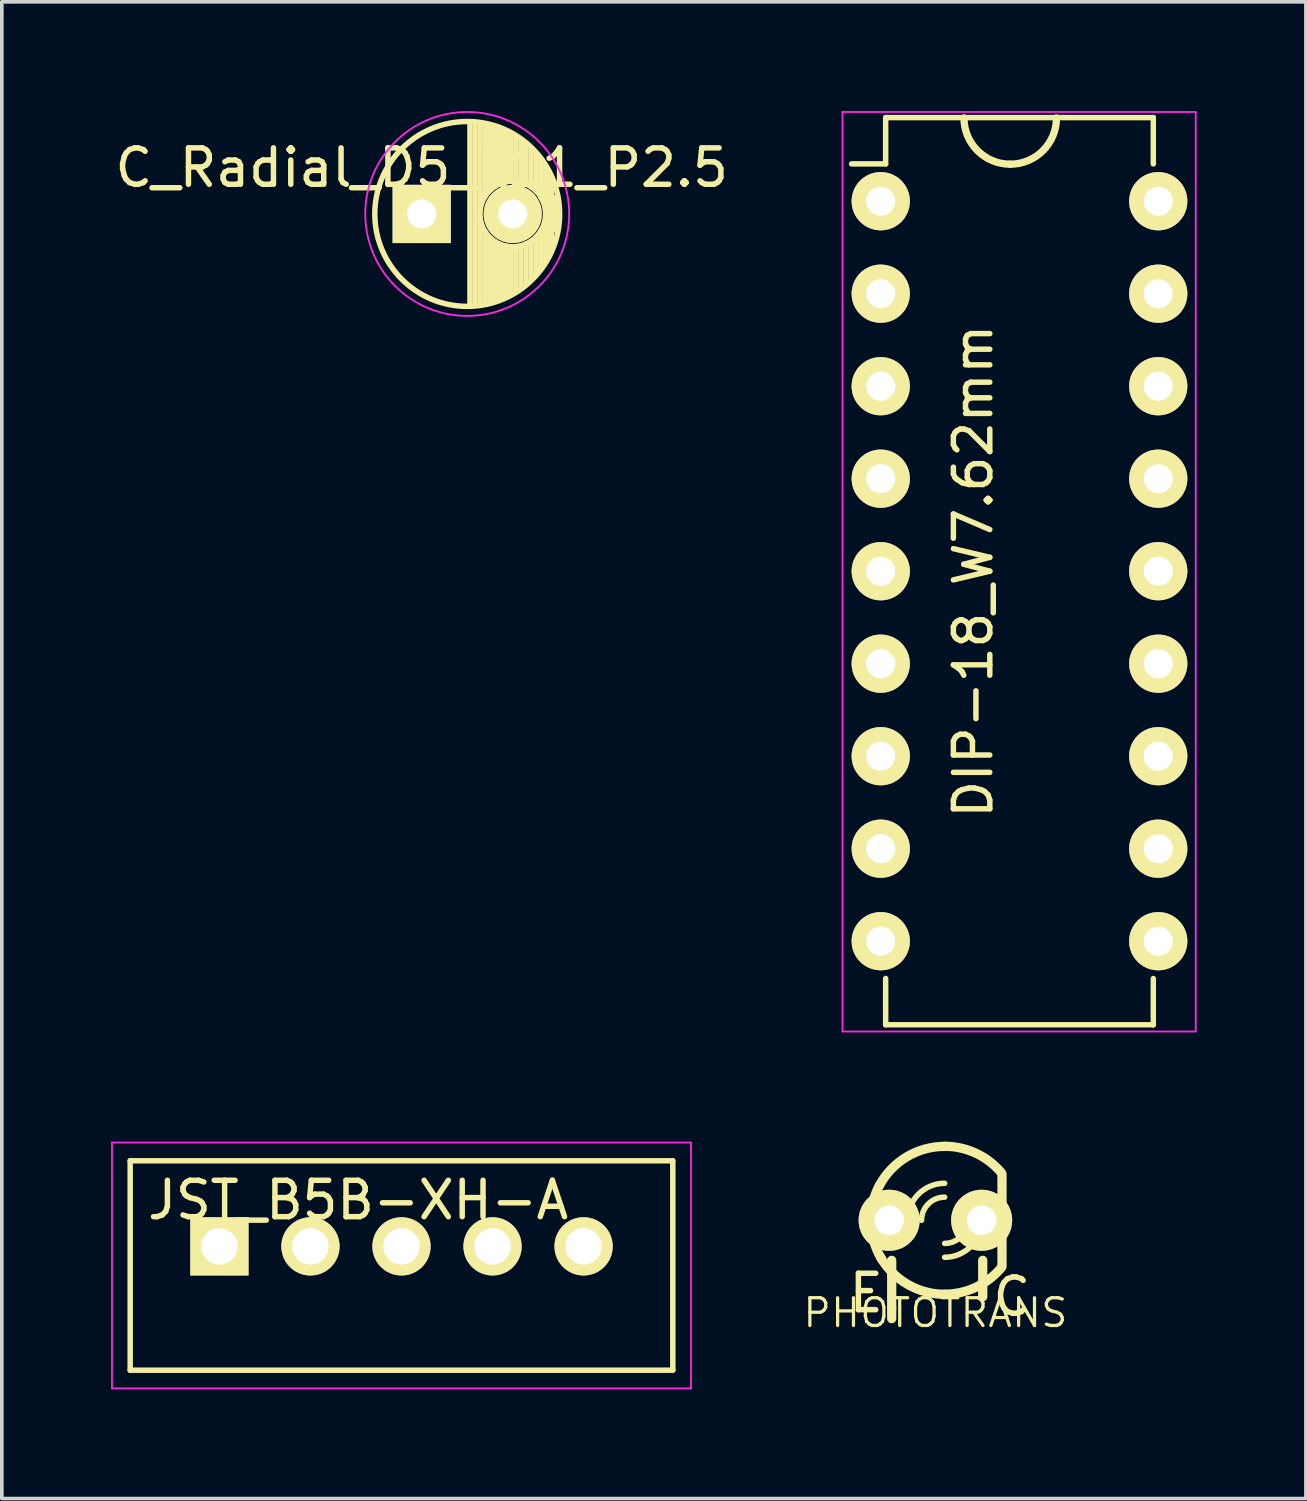
<source format=kicad_pcb>
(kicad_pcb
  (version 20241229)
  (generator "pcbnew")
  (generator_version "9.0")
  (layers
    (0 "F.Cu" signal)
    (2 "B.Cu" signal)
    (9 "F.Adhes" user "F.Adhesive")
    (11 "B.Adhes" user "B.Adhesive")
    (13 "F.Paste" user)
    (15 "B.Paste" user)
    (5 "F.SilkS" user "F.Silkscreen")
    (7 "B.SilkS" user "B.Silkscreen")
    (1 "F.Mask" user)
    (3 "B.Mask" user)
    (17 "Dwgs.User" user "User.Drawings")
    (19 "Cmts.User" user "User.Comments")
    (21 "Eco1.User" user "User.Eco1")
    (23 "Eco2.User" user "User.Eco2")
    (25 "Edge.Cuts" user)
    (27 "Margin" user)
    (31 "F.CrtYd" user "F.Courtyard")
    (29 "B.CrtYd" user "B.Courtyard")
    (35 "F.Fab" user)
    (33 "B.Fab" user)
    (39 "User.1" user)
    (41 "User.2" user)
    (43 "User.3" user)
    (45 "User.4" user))
  (footprint "PHOTOTRANS"
    (layer "F.Cu")
    (at 22.636 30.459)
    (property "Reference" "PHOTOTRANS" (at 0 2.54 180) (layer "F.SilkS") (effects (font (size 0.762 0.762) (thickness 0.089))))
    (attr through_hole)
    (fp_line (start -1.2 1.1) (end -1.2 2.4) (stroke (width 0.254) (type solid)) (layer "F.SilkS"))
    (fp_line (start -1.2 2.4) (end -1.2 2.7) (stroke (width 0.254) (type solid)) (layer "F.SilkS"))
    (fp_line (start 1.3 1.1) (end 1.3 2.1) (stroke (width 0.254) (type solid)) (layer "F.SilkS"))
    (fp_line (start 1.829 1.27) (end 1.829 -1.27) (stroke (width 0.254) (type solid)) (layer "F.SilkS"))
    (fp_arc (start -1.778 0) (mid -1.716347 -0.496745) (end -1.53513 -0.963347) (stroke (width 0.254) (type solid)) (layer "F.SilkS"))
    (fp_arc (start -1.5367 -0.95504) (mid -0.790567 -1.739997) (end 0.253025 -2.02946) (stroke (width 0.254) (type solid)) (layer "F.SilkS"))
    (fp_arc (start -1.47574 1.06426) (mid -1.700164 0.553076) (end -1.776923 0.0001) (stroke (width 0.254) (type solid)) (layer "F.SilkS"))
    (fp_arc (start -0.762 0) (mid -0.46442 -0.71842) (end 0.254 -1.016) (stroke (width 0.1524) (type solid)) (layer "F.SilkS"))
    (fp_arc (start -0.381 0) (mid -0.195013 -0.449013) (end 0.254 -0.635) (stroke (width 0.1524) (type solid)) (layer "F.SilkS"))
    (fp_arc (start 0.254 -2.032) (mid 1.114367 -1.840867) (end 1.81288 -1.303426) (stroke (width 0.254) (type solid)) (layer "F.SilkS"))
    (fp_arc (start 0.254 2.032) (mid -0.76507 1.757988) (end -1.509299 1.009851) (stroke (width 0.254) (type solid)) (layer "F.SilkS"))
    (fp_arc (start 0.889 0) (mid 0.703013 0.449013) (end 0.254 0.635) (stroke (width 0.1524) (type solid)) (layer "F.SilkS"))
    (fp_arc (start 1.27 0) (mid 0.97242 0.71842) (end 0.254 1.016) (stroke (width 0.1524) (type solid)) (layer "F.SilkS"))
    (fp_arc (start 1.8034 1.31064) (mid 1.109154 1.840416) (end 0.256552 2.029387) (stroke (width 0.254) (type solid)) (layer "F.SilkS"))
    (fp_text user "C" (at 2.1 2.1 0) (layer "F.SilkS") (effects (font (size 1 1) (thickness 0.15))))
    (fp_text user "E" (at -1.9 2 0) (layer "F.SilkS") (effects (font (size 1 1) (thickness 0.15))))
    (pad "1" thru_hole circle (at -1.27 0) (size 1.676 1.676) (drill 0.813) (layers "*.Cu" "*.Mask" "F.SilkS"))
    (pad "3" thru_hole circle (at 1.27 0 45) (size 1.676 1.676) (drill 0.813) (layers "*.Cu" "*.Mask" "F.SilkS")))
  (footprint "C_Radial_D5_L11_P2.5"
    (layer "F.Cu")
    (at 8.53 2.825)
    (property "Reference" "C_Radial_D5_L11_P2.5" (at 0 -1.27 0) (layer "F.SilkS") (effects (font (size 1 1) (thickness 0.15))))
    (attr through_hole)
    (fp_line (start 1.325 -2.499) (end 1.325 2.499) (stroke (width 0.15) (type solid)) (layer "F.SilkS"))
    (fp_line (start 1.465 -2.491) (end 1.465 2.491) (stroke (width 0.15) (type solid)) (layer "F.SilkS"))
    (fp_line (start 1.605 -2.475) (end 1.605 -0.095) (stroke (width 0.15) (type solid)) (layer "F.SilkS"))
    (fp_line (start 1.605 0.095) (end 1.605 2.475) (stroke (width 0.15) (type solid)) (layer "F.SilkS"))
    (fp_line (start 1.745 -2.451) (end 1.745 -0.49) (stroke (width 0.15) (type solid)) (layer "F.SilkS"))
    (fp_line (start 1.745 0.49) (end 1.745 2.451) (stroke (width 0.15) (type solid)) (layer "F.SilkS"))
    (fp_line (start 1.885 -2.418) (end 1.885 -0.657) (stroke (width 0.15) (type solid)) (layer "F.SilkS"))
    (fp_line (start 1.885 0.657) (end 1.885 2.418) (stroke (width 0.15) (type solid)) (layer "F.SilkS"))
    (fp_line (start 2.025 -2.377) (end 2.025 -0.764) (stroke (width 0.15) (type solid)) (layer "F.SilkS"))
    (fp_line (start 2.025 0.764) (end 2.025 2.377) (stroke (width 0.15) (type solid)) (layer "F.SilkS"))
    (fp_line (start 2.165 -2.327) (end 2.165 -0.835) (stroke (width 0.15) (type solid)) (layer "F.SilkS"))
    (fp_line (start 2.165 0.835) (end 2.165 2.327) (stroke (width 0.15) (type solid)) (layer "F.SilkS"))
    (fp_line (start 2.305 -2.266) (end 2.305 -0.879) (stroke (width 0.15) (type solid)) (layer "F.SilkS"))
    (fp_line (start 2.305 0.879) (end 2.305 2.266) (stroke (width 0.15) (type solid)) (layer "F.SilkS"))
    (fp_line (start 2.445 -2.196) (end 2.445 -0.898) (stroke (width 0.15) (type solid)) (layer "F.SilkS"))
    (fp_line (start 2.445 0.898) (end 2.445 2.196) (stroke (width 0.15) (type solid)) (layer "F.SilkS"))
    (fp_line (start 2.585 -2.114) (end 2.585 -0.896) (stroke (width 0.15) (type solid)) (layer "F.SilkS"))
    (fp_line (start 2.585 0.896) (end 2.585 2.114) (stroke (width 0.15) (type solid)) (layer "F.SilkS"))
    (fp_line (start 2.725 -2.019) (end 2.725 -0.871) (stroke (width 0.15) (type solid)) (layer "F.SilkS"))
    (fp_line (start 2.725 0.871) (end 2.725 2.019) (stroke (width 0.15) (type solid)) (layer "F.SilkS"))
    (fp_line (start 2.865 -1.908) (end 2.865 -0.823) (stroke (width 0.15) (type solid)) (layer "F.SilkS"))
    (fp_line (start 2.865 0.823) (end 2.865 1.908) (stroke (width 0.15) (type solid)) (layer "F.SilkS"))
    (fp_line (start 3.005 -1.78) (end 3.005 -0.745) (stroke (width 0.15) (type solid)) (layer "F.SilkS"))
    (fp_line (start 3.005 0.745) (end 3.005 1.78) (stroke (width 0.15) (type solid)) (layer "F.SilkS"))
    (fp_line (start 3.145 -1.631) (end 3.145 -0.628) (stroke (width 0.15) (type solid)) (layer "F.SilkS"))
    (fp_line (start 3.145 0.628) (end 3.145 1.631) (stroke (width 0.15) (type solid)) (layer "F.SilkS"))
    (fp_line (start 3.285 -1.452) (end 3.285 -0.44) (stroke (width 0.15) (type solid)) (layer "F.SilkS"))
    (fp_line (start 3.285 0.44) (end 3.285 1.452) (stroke (width 0.15) (type solid)) (layer "F.SilkS"))
    (fp_line (start 3.425 -1.233) (end 3.425 1.233) (stroke (width 0.15) (type solid)) (layer "F.SilkS"))
    (fp_line (start 3.565 -0.944) (end 3.565 0.944) (stroke (width 0.15) (type solid)) (layer "F.SilkS"))
    (fp_line (start 3.705 -0.472) (end 3.705 0.472) (stroke (width 0.15) (type solid)) (layer "F.SilkS"))
    (fp_circle (center 1.25 0) (end 1.25 -2.538) (stroke (width 0.15) (type solid)) (fill no) (layer "F.SilkS"))
    (fp_circle (center 2.5 0) (end 2.5 -0.9) (stroke (width 0.15) (type solid)) (fill no) (layer "F.SilkS"))
    (fp_circle (center 1.25 0) (end 1.25 -2.8) (stroke (width 0.05) (type solid)) (fill no) (layer "F.CrtYd"))
    (pad "1" thru_hole rect (at 0 0) (size 1.6 1.6) (drill 0.8) (layers "*.Cu" "*.Mask" "F.SilkS"))
    (pad "2" thru_hole circle (at 2.5 0) (size 1.6 1.6) (drill 0.8) (layers "*.Cu" "*.Mask" "F.SilkS")))
  (footprint "JST_B5B-XH-A"
    (layer "F.Cu")
    (at 2.975 31.175)
    (property "Reference" "JST_B5B-XH-A" (at 3.81 -1.27 0) (layer "F.SilkS") (effects (font (size 1 1) (thickness 0.15))))
    (attr through_hole)
    (fp_line (start -2.45 -2.35) (end -2.45 3.4) (stroke (width 0.15) (type solid)) (layer "F.SilkS"))
    (fp_line (start -2.45 -2.35) (end 12.45 -2.35) (stroke (width 0.15) (type solid)) (layer "F.SilkS"))
    (fp_line (start -2.45 3.4) (end 12.45 3.4) (stroke (width 0.15) (type solid)) (layer "F.SilkS"))
    (fp_line (start 12.45 -2.35) (end 12.45 3.4) (stroke (width 0.15) (type solid)) (layer "F.SilkS"))
    (fp_line (start -2.95 -2.85) (end -2.95 3.9) (stroke (width 0.05) (type solid)) (layer "F.CrtYd"))
    (fp_line (start -2.95 -2.85) (end 12.95 -2.85) (stroke (width 0.05) (type solid)) (layer "F.CrtYd"))
    (fp_line (start -2.95 3.9) (end 12.95 3.9) (stroke (width 0.05) (type solid)) (layer "F.CrtYd"))
    (fp_line (start 12.95 -2.85) (end 12.95 3.9) (stroke (width 0.05) (type solid)) (layer "F.CrtYd"))
    (pad "1" thru_hole rect (at 0 0) (size 1.6 1.6) (drill 1) (layers "*.Cu" "*.Mask" "F.SilkS"))
    (pad "2" thru_hole circle (at 2.5 0) (size 1.6 1.6) (drill 1) (layers "*.Cu" "*.Mask" "F.SilkS"))
    (pad "3" thru_hole circle (at 5 0) (size 1.6 1.6) (drill 1) (layers "*.Cu" "*.Mask" "F.SilkS"))
    (pad "4" thru_hole circle (at 7.5 0) (size 1.6 1.6) (drill 1) (layers "*.Cu" "*.Mask" "F.SilkS"))
    (pad "5" thru_hole circle (at 10 0) (size 1.6 1.6) (drill 1) (layers "*.Cu" "*.Mask" "F.SilkS")))
  (footprint "DIP-18_W7.62mm"
    (layer "F.Cu")
    (at 21.135 2.475)
    (property "Reference" "DIP-18_W7.62mm" (at 2.54 10.16 90) (layer "F.SilkS") (effects (font (size 1 1) (thickness 0.15))))
    (attr through_hole)
    (fp_line (start 0.135 -2.295) (end 0.135 -1.025) (stroke (width 0.15) (type solid)) (layer "F.SilkS"))
    (fp_line (start 0.135 -2.295) (end 7.485 -2.295) (stroke (width 0.15) (type solid)) (layer "F.SilkS"))
    (fp_line (start 0.135 -1.025) (end -0.8 -1.025) (stroke (width 0.15) (type solid)) (layer "F.SilkS"))
    (fp_line (start 0.135 22.615) (end 0.135 21.345) (stroke (width 0.15) (type solid)) (layer "F.SilkS"))
    (fp_line (start 0.135 22.615) (end 7.485 22.615) (stroke (width 0.15) (type solid)) (layer "F.SilkS"))
    (fp_line (start 7.485 -2.295) (end 7.485 -1.025) (stroke (width 0.15) (type solid)) (layer "F.SilkS"))
    (fp_line (start 7.485 22.615) (end 7.485 21.345) (stroke (width 0.15) (type solid)) (layer "F.SilkS"))
    (fp_arc (start 3.556 -1.016) (mid 2.657974 -1.387974) (end 2.286 -2.286) (stroke (width 0.2) (type solid)) (layer "F.SilkS"))
    (fp_arc (start 4.826 -2.286) (mid 4.454026 -1.387974) (end 3.556 -1.016) (stroke (width 0.2) (type solid)) (layer "F.SilkS"))
    (fp_line (start -1.05 -2.45) (end -1.05 22.8) (stroke (width 0.05) (type solid)) (layer "F.CrtYd"))
    (fp_line (start -1.05 -2.45) (end 8.65 -2.45) (stroke (width 0.05) (type solid)) (layer "F.CrtYd"))
    (fp_line (start -1.05 22.8) (end 8.65 22.8) (stroke (width 0.05) (type solid)) (layer "F.CrtYd"))
    (fp_line (start 8.65 -2.45) (end 8.65 22.8) (stroke (width 0.05) (type solid)) (layer "F.CrtYd"))
    (pad "1" thru_hole oval (at 0 0) (size 1.6 1.6) (drill 0.8) (layers "*.Cu" "*.Mask" "F.SilkS"))
    (pad "2" thru_hole oval (at 0 2.54) (size 1.6 1.6) (drill 0.8) (layers "*.Cu" "*.Mask" "F.SilkS"))
    (pad "3" thru_hole oval (at 0 5.08) (size 1.6 1.6) (drill 0.8) (layers "*.Cu" "*.Mask" "F.SilkS"))
    (pad "4" thru_hole oval (at 0 7.62) (size 1.6 1.6) (drill 0.8) (layers "*.Cu" "*.Mask" "F.SilkS"))
    (pad "5" thru_hole oval (at 0 10.16) (size 1.6 1.6) (drill 0.8) (layers "*.Cu" "*.Mask" "F.SilkS"))
    (pad "6" thru_hole oval (at 0 12.7) (size 1.6 1.6) (drill 0.8) (layers "*.Cu" "*.Mask" "F.SilkS"))
    (pad "7" thru_hole oval (at 0 15.24) (size 1.6 1.6) (drill 0.8) (layers "*.Cu" "*.Mask" "F.SilkS"))
    (pad "8" thru_hole oval (at 0 17.78) (size 1.6 1.6) (drill 0.8) (layers "*.Cu" "*.Mask" "F.SilkS"))
    (pad "9" thru_hole oval (at 0 20.32) (size 1.6 1.6) (drill 0.8) (layers "*.Cu" "*.Mask" "F.SilkS"))
    (pad "10" thru_hole oval (at 7.62 20.32) (size 1.6 1.6) (drill 0.8) (layers "*.Cu" "*.Mask" "F.SilkS"))
    (pad "11" thru_hole oval (at 7.62 17.78) (size 1.6 1.6) (drill 0.8) (layers "*.Cu" "*.Mask" "F.SilkS"))
    (pad "12" thru_hole oval (at 7.62 15.24) (size 1.6 1.6) (drill 0.8) (layers "*.Cu" "*.Mask" "F.SilkS"))
    (pad "13" thru_hole oval (at 7.62 12.7) (size 1.6 1.6) (drill 0.8) (layers "*.Cu" "*.Mask" "F.SilkS"))
    (pad "14" thru_hole oval (at 7.62 10.16) (size 1.6 1.6) (drill 0.8) (layers "*.Cu" "*.Mask" "F.SilkS"))
    (pad "15" thru_hole oval (at 7.62 7.62) (size 1.6 1.6) (drill 0.8) (layers "*.Cu" "*.Mask" "F.SilkS"))
    (pad "16" thru_hole oval (at 7.62 5.08) (size 1.6 1.6) (drill 0.8) (layers "*.Cu" "*.Mask" "F.SilkS"))
    (pad "17" thru_hole oval (at 7.62 2.54) (size 1.6 1.6) (drill 0.8) (layers "*.Cu" "*.Mask" "F.SilkS"))
    (pad "18" thru_hole oval (at 7.62 0) (size 1.6 1.6) (drill 0.8) (layers "*.Cu" "*.Mask" "F.SilkS")))
  (gr_rect
    (start -3 -3)
    (end 32.81 38.1)
    (stroke (width 0.1) (type default))
    (fill no)
    (layer "Edge.Cuts")))
</source>
